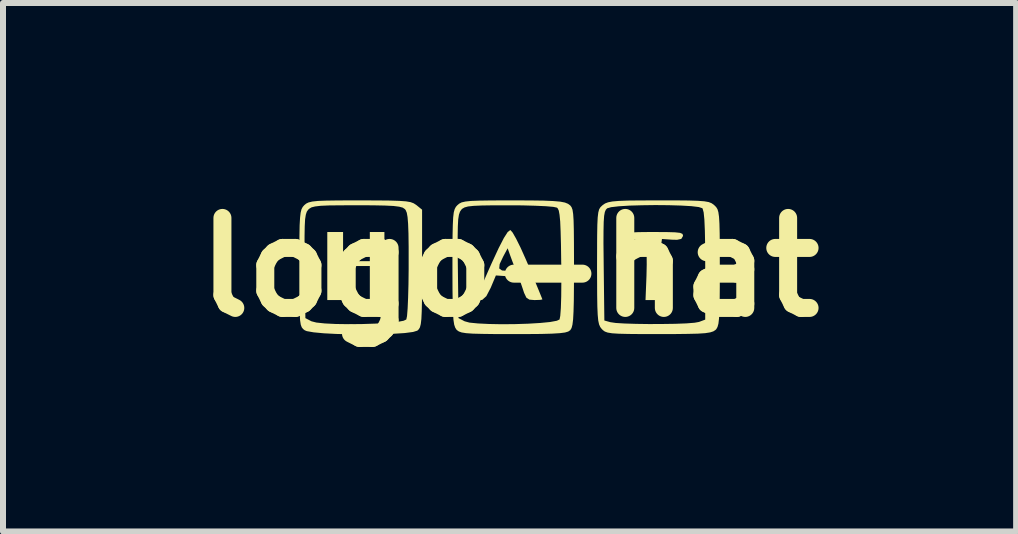
<source format=kicad_pcb>
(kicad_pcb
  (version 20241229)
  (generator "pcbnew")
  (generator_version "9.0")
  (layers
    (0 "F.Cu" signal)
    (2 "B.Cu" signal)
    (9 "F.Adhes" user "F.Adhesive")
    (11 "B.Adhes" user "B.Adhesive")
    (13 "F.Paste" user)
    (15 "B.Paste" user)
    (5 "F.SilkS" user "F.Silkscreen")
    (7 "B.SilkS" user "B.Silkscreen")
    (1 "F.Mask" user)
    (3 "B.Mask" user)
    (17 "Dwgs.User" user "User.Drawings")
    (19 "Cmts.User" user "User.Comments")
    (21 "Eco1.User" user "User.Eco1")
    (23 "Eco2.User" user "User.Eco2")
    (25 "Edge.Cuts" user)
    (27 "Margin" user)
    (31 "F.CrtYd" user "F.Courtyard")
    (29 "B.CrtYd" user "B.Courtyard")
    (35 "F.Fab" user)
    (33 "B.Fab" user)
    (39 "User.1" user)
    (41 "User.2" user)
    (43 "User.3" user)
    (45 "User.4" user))
  (footprint "logo-hat"
    (layer "F.Cu")
    (at 5.443 1.404)
    (property "Reference" "logo-hat" (at 0 0 0) (layer "F.SilkS") (effects (font (size 1.5 1.5) (thickness 0.3))))
    (attr board_only exclude_from_pos_files exclude_from_bom)
    (fp_poly (pts (xy -2.086 -0.02) (xy -2.086 0.547) (xy -2.208 0.547) (xy -2.329 0.547) (xy -2.329 0.263) (xy -2.329 -0.02) (xy -2.552 -0.02) (xy -2.775 -0.02) (xy -2.775 0.263) (xy -2.775 0.547) (xy -2.907 0.547) (xy -3.038 0.547) (xy -3.038 -0.02) (xy -3.038 -0.587) (xy -2.907 -0.587) (xy -2.775 -0.587) (xy -2.775 -0.344) (xy -2.775 -0.101) (xy -2.552 -0.101) (xy -2.329 -0.101) (xy -2.329 -0.344) (xy -2.329 -0.587) (xy -2.208 -0.587) (xy -2.086 -0.587)) (stroke (width 0) (type solid)) (fill yes) (layer "F.SilkS"))
    (fp_poly (pts (xy 2.62 -0.586) (xy 2.758 -0.582) (xy 2.841 -0.573) (xy 2.881 -0.556) (xy 2.891 -0.531) (xy 2.889 -0.517) (xy 2.862 -0.472) (xy 2.792 -0.457) (xy 2.708 -0.459) (xy 2.54 -0.471) (xy 2.512 -0.268) (xy 2.502 -0.121) (xy 2.502 0.065) (xy 2.513 0.242) (xy 2.541 0.547) (xy 2.404 0.547) (xy 2.266 0.547) (xy 2.282 0.143) (xy 2.286 -0.042) (xy 2.285 -0.207) (xy 2.278 -0.328) (xy 2.271 -0.368) (xy 2.245 -0.436) (xy 2.196 -0.462) (xy 2.096 -0.46) (xy 2.084 -0.459) (xy 1.979 -0.455) (xy 1.933 -0.476) (xy 1.924 -0.515) (xy 1.931 -0.546) (xy 1.961 -0.566) (xy 2.028 -0.579) (xy 2.143 -0.585) (xy 2.321 -0.587) (xy 2.413 -0.587)) (stroke (width 0) (type solid)) (fill yes) (layer "F.SilkS"))
    (fp_poly (pts (xy 0.014 -0.619) (xy 0.05 -0.579) (xy 0.109 -0.476) (xy 0.185 -0.323) (xy 0.271 -0.131) (xy 0.31 -0.041) (xy 0.392 0.157) (xy 0.462 0.326) (xy 0.514 0.453) (xy 0.543 0.525) (xy 0.547 0.537) (xy 0.511 0.544) (xy 0.425 0.547) (xy 0.412 0.547) (xy 0.33 0.54) (xy 0.28 0.507) (xy 0.242 0.427) (xy 0.218 0.354) (xy 0.179 0.24) (xy 0.137 0.182) (xy 0.066 0.158) (xy -0.035 0.15) (xy -0.228 0.137) (xy -0.314 0.342) (xy -0.387 0.482) (xy -0.454 0.543) (xy -0.474 0.547) (xy -0.535 0.533) (xy -0.547 0.517) (xy -0.531 0.471) (xy -0.488 0.365) (xy -0.422 0.213) (xy -0.341 0.028) (xy -0.337 0.02) (xy -0.173 0.02) (xy -0.126 0.054) (xy -0.036 0.061) (xy 0.059 0.055) (xy 0.09 0.03) (xy 0.081 -0.01) (xy 0.046 -0.1) (xy 0.01 -0.198) (xy -0.032 -0.316) (xy -0.106 -0.178) (xy -0.165 -0.053) (xy -0.173 0.02) (xy -0.337 0.02) (xy -0.296 -0.072) (xy -0.183 -0.316) (xy -0.095 -0.487) (xy -0.031 -0.587) (xy 0.011 -0.619)) (stroke (width 0) (type solid)) (fill yes) (layer "F.SilkS"))
    (fp_poly (pts (xy -2.21 -1.113) (xy -1.995 -1.111) (xy -1.837 -1.106) (xy -1.726 -1.098) (xy -1.65 -1.085) (xy -1.599 -1.066) (xy -1.56 -1.041) (xy -1.554 -1.037) (xy -1.458 -0.959) (xy -1.458 0.02) (xy -1.459 0.327) (xy -1.46 0.564) (xy -1.464 0.739) (xy -1.47 0.864) (xy -1.48 0.948) (xy -1.494 1.002) (xy -1.513 1.034) (xy -1.537 1.057) (xy -1.609 1.079) (xy -1.747 1.097) (xy -1.935 1.109) (xy -2.158 1.117) (xy -2.401 1.12) (xy -2.649 1.118) (xy -2.886 1.112) (xy -3.097 1.101) (xy -3.267 1.085) (xy -3.38 1.065) (xy -3.414 1.051) (xy -3.442 1.029) (xy -3.464 1.001) (xy -3.48 0.957) (xy -3.491 0.886) (xy -3.498 0.778) (xy -3.502 0.624) (xy -3.504 0.413) (xy -3.504 0.134) (xy -3.504 0.018) (xy -3.504 -0.288) (xy -3.502 -0.518) (xy -3.417 -0.518) (xy -3.417 -0.294) (xy -3.414 -0.017) (xy -3.403 0.848) (xy -3.302 0.901) (xy -3.22 0.922) (xy -3.079 0.937) (xy -2.896 0.946) (xy -2.684 0.949) (xy -2.461 0.947) (xy -2.242 0.94) (xy -2.043 0.929) (xy -1.878 0.913) (xy -1.766 0.892) (xy -1.721 0.871) (xy -1.709 0.814) (xy -1.699 0.688) (xy -1.691 0.508) (xy -1.685 0.285) (xy -1.682 0.033) (xy -1.682 -0.048) (xy -1.682 -0.34) (xy -1.685 -0.562) (xy -1.691 -0.723) (xy -1.7 -0.835) (xy -1.713 -0.908) (xy -1.732 -0.953) (xy -1.745 -0.969) (xy -1.78 -0.993) (xy -1.839 -1.009) (xy -1.934 -1.021) (xy -2.076 -1.028) (xy -2.277 -1.032) (xy -2.546 -1.033) (xy -2.549 -1.033) (xy -2.814 -1.032) (xy -3.009 -1.03) (xy -3.148 -1.024) (xy -3.241 -1.013) (xy -3.301 -0.998) (xy -3.339 -0.975) (xy -3.357 -0.958) (xy -3.38 -0.925) (xy -3.396 -0.875) (xy -3.408 -0.798) (xy -3.414 -0.683) (xy -3.417 -0.518) (xy -3.502 -0.518) (xy -3.502 -0.524) (xy -3.499 -0.699) (xy -3.492 -0.824) (xy -3.482 -0.91) (xy -3.468 -0.966) (xy -3.448 -1.004) (xy -3.423 -1.033) (xy -3.391 -1.06) (xy -3.35 -1.08) (xy -3.288 -1.095) (xy -3.194 -1.105) (xy -3.057 -1.11) (xy -2.866 -1.113) (xy -2.609 -1.114) (xy -2.496 -1.114)) (stroke (width 0) (type solid)) (fill yes) (layer "F.SilkS"))
    (fp_poly (pts (xy 2.771 -1.114) (xy 2.984 -1.112) (xy 3.138 -1.107) (xy 3.246 -1.099) (xy 3.319 -1.086) (xy 3.367 -1.067) (xy 3.403 -1.042) (xy 3.415 -1.031) (xy 3.443 -1.003) (xy 3.465 -0.968) (xy 3.48 -0.918) (xy 3.491 -0.841) (xy 3.498 -0.727) (xy 3.502 -0.566) (xy 3.504 -0.347) (xy 3.504 -0.059) (xy 3.504 0.016) (xy 3.504 0.322) (xy 3.502 0.557) (xy 3.498 0.732) (xy 3.491 0.856) (xy 3.481 0.941) (xy 3.466 0.995) (xy 3.447 1.03) (xy 3.43 1.047) (xy 3.396 1.069) (xy 3.343 1.086) (xy 3.26 1.099) (xy 3.138 1.107) (xy 2.964 1.111) (xy 2.729 1.114) (xy 2.484 1.114) (xy 2.197 1.114) (xy 1.979 1.112) (xy 1.82 1.108) (xy 1.709 1.101) (xy 1.635 1.089) (xy 1.588 1.072) (xy 1.555 1.048) (xy 1.536 1.029) (xy 1.511 0.996) (xy 1.492 0.953) (xy 1.478 0.889) (xy 1.469 0.793) (xy 1.463 0.655) (xy 1.46 0.465) (xy 1.459 0.211) (xy 1.458 -0.008) (xy 1.459 -0.309) (xy 1.459 -0.399) (xy 1.565 -0.399) (xy 1.568 -0.126) (xy 1.569 -0.022) (xy 1.58 0.888) (xy 1.681 0.916) (xy 1.77 0.929) (xy 1.919 0.938) (xy 2.11 0.944) (xy 2.326 0.947) (xy 2.549 0.946) (xy 2.762 0.943) (xy 2.946 0.936) (xy 3.084 0.925) (xy 3.157 0.912) (xy 3.261 0.873) (xy 3.261 -0.031) (xy 3.26 -0.359) (xy 3.255 -0.611) (xy 3.247 -0.794) (xy 3.235 -0.914) (xy 3.218 -0.976) (xy 3.212 -0.984) (xy 3.154 -1.003) (xy 3.03 -1.018) (xy 2.858 -1.028) (xy 2.652 -1.034) (xy 2.43 -1.036) (xy 2.207 -1.033) (xy 1.999 -1.027) (xy 1.823 -1.016) (xy 1.693 -1.001) (xy 1.627 -0.982) (xy 1.627 -0.982) (xy 1.605 -0.959) (xy 1.588 -0.92) (xy 1.576 -0.855) (xy 1.569 -0.753) (xy 1.566 -0.605) (xy 1.565 -0.399) (xy 1.459 -0.399) (xy 1.46 -0.54) (xy 1.463 -0.71) (xy 1.469 -0.831) (xy 1.479 -0.913) (xy 1.493 -0.965) (xy 1.514 -1) (xy 1.541 -1.026) (xy 1.554 -1.037) (xy 1.592 -1.063) (xy 1.642 -1.082) (xy 1.713 -1.096) (xy 1.818 -1.105) (xy 1.969 -1.111) (xy 2.176 -1.113) (xy 2.451 -1.114) (xy 2.488 -1.114)) (stroke (width 0) (type solid)) (fill yes) (layer "F.SilkS"))
    (fp_poly (pts (xy 0.345 -1.113) (xy 0.568 -1.11) (xy 0.731 -1.103) (xy 0.846 -1.093) (xy 0.923 -1.078) (xy 0.972 -1.058) (xy 0.983 -1.051) (xy 1.012 -1.029) (xy 1.033 -1.001) (xy 1.049 -0.958) (xy 1.06 -0.887) (xy 1.067 -0.781) (xy 1.071 -0.628) (xy 1.073 -0.419) (xy 1.074 -0.144) (xy 1.074 -0.001) (xy 1.073 0.314) (xy 1.071 0.558) (xy 1.066 0.74) (xy 1.059 0.87) (xy 1.048 0.958) (xy 1.033 1.014) (xy 1.013 1.047) (xy 1.01 1.05) (xy 0.978 1.072) (xy 0.924 1.088) (xy 0.837 1.099) (xy 0.707 1.107) (xy 0.523 1.112) (xy 0.276 1.114) (xy 0.064 1.114) (xy -0.228 1.114) (xy -0.449 1.111) (xy -0.611 1.107) (xy -0.724 1.099) (xy -0.799 1.087) (xy -0.846 1.07) (xy -0.877 1.048) (xy -0.885 1.04) (xy -0.906 1.007) (xy -0.923 0.957) (xy -0.935 0.878) (xy -0.943 0.761) (xy -0.948 0.596) (xy -0.951 0.372) (xy -0.952 0.079) (xy -0.952 0.007) (xy -0.952 -0.297) (xy -0.95 -0.518) (xy -0.865 -0.518) (xy -0.865 -0.294) (xy -0.862 -0.017) (xy -0.851 0.848) (xy -0.749 0.901) (xy -0.668 0.923) (xy -0.527 0.937) (xy -0.343 0.946) (xy -0.132 0.95) (xy 0.092 0.948) (xy 0.311 0.941) (xy 0.511 0.929) (xy 0.675 0.913) (xy 0.788 0.892) (xy 0.833 0.871) (xy 0.845 0.811) (xy 0.855 0.679) (xy 0.861 0.484) (xy 0.863 0.237) (xy 0.862 -0.054) (xy 0.861 -0.072) (xy 0.857 -0.37) (xy 0.851 -0.596) (xy 0.844 -0.761) (xy 0.833 -0.874) (xy 0.82 -0.945) (xy 0.801 -0.983) (xy 0.79 -0.993) (xy 0.731 -1.006) (xy 0.606 -1.017) (xy 0.428 -1.025) (xy 0.211 -1.031) (xy -0.004 -1.032) (xy -0.267 -1.032) (xy -0.461 -1.029) (xy -0.599 -1.023) (xy -0.691 -1.013) (xy -0.75 -0.997) (xy -0.788 -0.975) (xy -0.805 -0.958) (xy -0.827 -0.925) (xy -0.844 -0.875) (xy -0.856 -0.798) (xy -0.862 -0.683) (xy -0.865 -0.518) (xy -0.95 -0.518) (xy -0.95 -0.531) (xy -0.946 -0.704) (xy -0.94 -0.828) (xy -0.93 -0.913) (xy -0.915 -0.968) (xy -0.895 -1.006) (xy -0.871 -1.033) (xy -0.839 -1.06) (xy -0.798 -1.081) (xy -0.736 -1.095) (xy -0.642 -1.105) (xy -0.504 -1.11) (xy -0.312 -1.113) (xy -0.054 -1.114) (xy 0.052 -1.114)) (stroke (width 0) (type solid)) (fill yes) (layer "F.SilkS")))
  (gr_rect
    (start -3 -3)
    (end 13.886 5.808)
    (stroke (width 0.1) (type default))
    (fill no)
    (layer "Edge.Cuts")))
</source>
